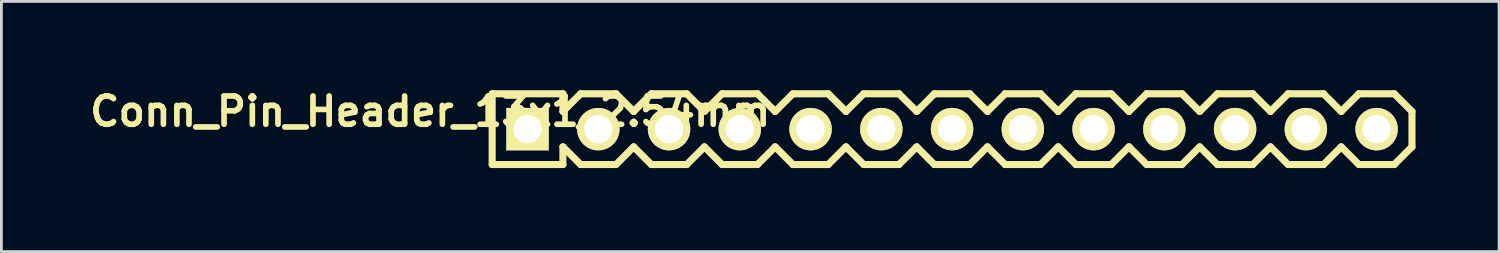
<source format=kicad_pcb>
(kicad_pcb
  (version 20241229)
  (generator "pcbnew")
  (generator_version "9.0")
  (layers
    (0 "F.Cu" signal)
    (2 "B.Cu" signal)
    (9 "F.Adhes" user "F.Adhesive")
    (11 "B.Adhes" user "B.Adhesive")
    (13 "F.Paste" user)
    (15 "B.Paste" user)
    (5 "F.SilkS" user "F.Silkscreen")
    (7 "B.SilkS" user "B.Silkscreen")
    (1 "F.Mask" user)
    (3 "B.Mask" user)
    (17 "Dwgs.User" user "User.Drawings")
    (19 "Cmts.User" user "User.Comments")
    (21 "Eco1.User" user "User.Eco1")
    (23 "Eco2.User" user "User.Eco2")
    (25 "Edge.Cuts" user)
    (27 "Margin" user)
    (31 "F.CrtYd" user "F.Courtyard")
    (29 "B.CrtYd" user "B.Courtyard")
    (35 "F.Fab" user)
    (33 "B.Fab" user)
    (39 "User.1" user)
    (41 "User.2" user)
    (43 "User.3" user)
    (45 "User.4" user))
  (footprint "Conn_Pin_Header_13x1_2.54mm"
    (layer "F.Cu")
    (at 31.128 1.586)
    (property "Reference" "Conn_Pin_Header_13x1_2.54mm" (at -18.733 -0.635 0) (layer "F.SilkS") (effects (font (size 1.016 1.016) (thickness 0.203))))
    (attr through_hole)
    (fp_line (start -16.51 -1.27) (end -13.97 -1.27) (stroke (width 0.254) (type solid)) (layer "F.SilkS"))
    (fp_line (start -16.51 1.27) (end -16.51 -1.27) (stroke (width 0.254) (type solid)) (layer "F.SilkS"))
    (fp_line (start -13.97 -0.635) (end -13.97 -1.27) (stroke (width 0.254) (type solid)) (layer "F.SilkS"))
    (fp_line (start -13.97 -0.635) (end -13.335 -1.27) (stroke (width 0.254) (type solid)) (layer "F.SilkS"))
    (fp_line (start -13.97 1.27) (end -16.51 1.27) (stroke (width 0.254) (type solid)) (layer "F.SilkS"))
    (fp_line (start -13.97 1.27) (end -13.97 0.635) (stroke (width 0.254) (type solid)) (layer "F.SilkS"))
    (fp_line (start -13.335 -1.27) (end -12.065 -1.27) (stroke (width 0.254) (type solid)) (layer "F.SilkS"))
    (fp_line (start -13.335 1.27) (end -13.97 0.635) (stroke (width 0.254) (type solid)) (layer "F.SilkS"))
    (fp_line (start -12.065 -1.27) (end -11.43 -0.635) (stroke (width 0.254) (type solid)) (layer "F.SilkS"))
    (fp_line (start -12.065 1.27) (end -13.335 1.27) (stroke (width 0.254) (type solid)) (layer "F.SilkS"))
    (fp_line (start -11.43 -0.635) (end -10.795 -1.27) (stroke (width 0.254) (type solid)) (layer "F.SilkS"))
    (fp_line (start -11.43 0.635) (end -12.065 1.27) (stroke (width 0.254) (type solid)) (layer "F.SilkS"))
    (fp_line (start -10.795 -1.27) (end -9.525 -1.27) (stroke (width 0.254) (type solid)) (layer "F.SilkS"))
    (fp_line (start -10.795 1.27) (end -11.43 0.635) (stroke (width 0.254) (type solid)) (layer "F.SilkS"))
    (fp_line (start -9.525 -1.27) (end -8.89 -0.635) (stroke (width 0.254) (type solid)) (layer "F.SilkS"))
    (fp_line (start -9.525 1.27) (end -10.795 1.27) (stroke (width 0.254) (type solid)) (layer "F.SilkS"))
    (fp_line (start -8.89 -0.635) (end -8.255 -1.27) (stroke (width 0.254) (type solid)) (layer "F.SilkS"))
    (fp_line (start -8.89 0.635) (end -9.525 1.27) (stroke (width 0.254) (type solid)) (layer "F.SilkS"))
    (fp_line (start -8.255 -1.27) (end -6.985 -1.27) (stroke (width 0.254) (type solid)) (layer "F.SilkS"))
    (fp_line (start -8.255 1.27) (end -8.89 0.635) (stroke (width 0.254) (type solid)) (layer "F.SilkS"))
    (fp_line (start -6.985 -1.27) (end -6.35 -0.635) (stroke (width 0.254) (type solid)) (layer "F.SilkS"))
    (fp_line (start -6.985 1.27) (end -8.255 1.27) (stroke (width 0.254) (type solid)) (layer "F.SilkS"))
    (fp_line (start -6.35 -0.635) (end -5.715 -1.27) (stroke (width 0.254) (type solid)) (layer "F.SilkS"))
    (fp_line (start -6.35 0.635) (end -6.985 1.27) (stroke (width 0.254) (type solid)) (layer "F.SilkS"))
    (fp_line (start -5.715 -1.27) (end -4.445 -1.27) (stroke (width 0.254) (type solid)) (layer "F.SilkS"))
    (fp_line (start -5.715 1.27) (end -6.35 0.635) (stroke (width 0.254) (type solid)) (layer "F.SilkS"))
    (fp_line (start -4.445 -1.27) (end -3.81 -0.635) (stroke (width 0.254) (type solid)) (layer "F.SilkS"))
    (fp_line (start -4.445 1.27) (end -5.715 1.27) (stroke (width 0.254) (type solid)) (layer "F.SilkS"))
    (fp_line (start -3.81 -0.635) (end -3.175 -1.27) (stroke (width 0.254) (type solid)) (layer "F.SilkS"))
    (fp_line (start -3.81 0.635) (end -4.445 1.27) (stroke (width 0.254) (type solid)) (layer "F.SilkS"))
    (fp_line (start -3.81 0.635) (end -3.175 1.27) (stroke (width 0.254) (type solid)) (layer "F.SilkS"))
    (fp_line (start -3.175 -1.27) (end -1.905 -1.27) (stroke (width 0.254) (type solid)) (layer "F.SilkS"))
    (fp_line (start -3.175 1.27) (end -1.905 1.27) (stroke (width 0.254) (type solid)) (layer "F.SilkS"))
    (fp_line (start -1.905 -1.27) (end -1.27 -0.635) (stroke (width 0.254) (type solid)) (layer "F.SilkS"))
    (fp_line (start -1.905 1.27) (end -1.27 0.635) (stroke (width 0.254) (type solid)) (layer "F.SilkS"))
    (fp_line (start -1.27 -0.635) (end -0.635 -1.27) (stroke (width 0.254) (type solid)) (layer "F.SilkS"))
    (fp_line (start -0.635 -1.27) (end 0.635 -1.27) (stroke (width 0.254) (type solid)) (layer "F.SilkS"))
    (fp_line (start -0.635 1.27) (end -1.27 0.635) (stroke (width 0.254) (type solid)) (layer "F.SilkS"))
    (fp_line (start 0.635 -1.27) (end 1.27 -0.635) (stroke (width 0.254) (type solid)) (layer "F.SilkS"))
    (fp_line (start 0.635 1.27) (end -0.635 1.27) (stroke (width 0.254) (type solid)) (layer "F.SilkS"))
    (fp_line (start 1.27 -0.635) (end 1.905 -1.27) (stroke (width 0.254) (type solid)) (layer "F.SilkS"))
    (fp_line (start 1.27 0.635) (end 0.635 1.27) (stroke (width 0.254) (type solid)) (layer "F.SilkS"))
    (fp_line (start 1.27 0.635) (end 1.905 1.27) (stroke (width 0.254) (type solid)) (layer "F.SilkS"))
    (fp_line (start 1.905 -1.27) (end 3.175 -1.27) (stroke (width 0.254) (type solid)) (layer "F.SilkS"))
    (fp_line (start 1.905 1.27) (end 3.175 1.27) (stroke (width 0.254) (type solid)) (layer "F.SilkS"))
    (fp_line (start 3.175 -1.27) (end 3.81 -0.635) (stroke (width 0.254) (type solid)) (layer "F.SilkS"))
    (fp_line (start 3.175 1.27) (end 3.81 0.635) (stroke (width 0.254) (type solid)) (layer "F.SilkS"))
    (fp_line (start 3.81 -0.635) (end 4.445 -1.27) (stroke (width 0.254) (type solid)) (layer "F.SilkS"))
    (fp_line (start 4.445 -1.27) (end 5.715 -1.27) (stroke (width 0.254) (type solid)) (layer "F.SilkS"))
    (fp_line (start 4.445 1.27) (end 3.81 0.635) (stroke (width 0.254) (type solid)) (layer "F.SilkS"))
    (fp_line (start 5.715 -1.27) (end 6.35 -0.635) (stroke (width 0.254) (type solid)) (layer "F.SilkS"))
    (fp_line (start 5.715 1.27) (end 4.445 1.27) (stroke (width 0.254) (type solid)) (layer "F.SilkS"))
    (fp_line (start 6.35 -0.635) (end 6.985 -1.27) (stroke (width 0.254) (type solid)) (layer "F.SilkS"))
    (fp_line (start 6.35 0.635) (end 5.715 1.27) (stroke (width 0.254) (type solid)) (layer "F.SilkS"))
    (fp_line (start 6.35 0.635) (end 6.985 1.27) (stroke (width 0.254) (type solid)) (layer "F.SilkS"))
    (fp_line (start 6.985 -1.27) (end 8.255 -1.27) (stroke (width 0.254) (type solid)) (layer "F.SilkS"))
    (fp_line (start 6.985 1.27) (end 8.255 1.27) (stroke (width 0.254) (type solid)) (layer "F.SilkS"))
    (fp_line (start 8.255 -1.27) (end 8.89 -0.635) (stroke (width 0.254) (type solid)) (layer "F.SilkS"))
    (fp_line (start 8.255 1.27) (end 8.89 0.635) (stroke (width 0.254) (type solid)) (layer "F.SilkS"))
    (fp_line (start 8.89 -0.635) (end 9.525 -1.27) (stroke (width 0.254) (type solid)) (layer "F.SilkS"))
    (fp_line (start 8.89 0.635) (end 9.525 1.27) (stroke (width 0.254) (type solid)) (layer "F.SilkS"))
    (fp_line (start 9.525 -1.27) (end 10.795 -1.27) (stroke (width 0.254) (type solid)) (layer "F.SilkS"))
    (fp_line (start 9.525 1.27) (end 10.795 1.27) (stroke (width 0.254) (type solid)) (layer "F.SilkS"))
    (fp_line (start 10.795 -1.27) (end 11.43 -0.635) (stroke (width 0.254) (type solid)) (layer "F.SilkS"))
    (fp_line (start 10.795 1.27) (end 11.43 0.635) (stroke (width 0.254) (type solid)) (layer "F.SilkS"))
    (fp_line (start 11.43 -0.635) (end 12.065 -1.27) (stroke (width 0.254) (type solid)) (layer "F.SilkS"))
    (fp_line (start 11.43 0.635) (end 12.065 1.27) (stroke (width 0.254) (type solid)) (layer "F.SilkS"))
    (fp_line (start 12.065 -1.27) (end 13.335 -1.27) (stroke (width 0.254) (type solid)) (layer "F.SilkS"))
    (fp_line (start 12.065 1.27) (end 13.335 1.27) (stroke (width 0.254) (type solid)) (layer "F.SilkS"))
    (fp_line (start 13.335 -1.27) (end 13.97 -0.635) (stroke (width 0.254) (type solid)) (layer "F.SilkS"))
    (fp_line (start 13.335 1.27) (end 13.97 0.635) (stroke (width 0.254) (type solid)) (layer "F.SilkS"))
    (fp_line (start 13.97 -0.635) (end 14.605 -1.27) (stroke (width 0.254) (type solid)) (layer "F.SilkS"))
    (fp_line (start 13.97 0.635) (end 14.605 1.27) (stroke (width 0.254) (type solid)) (layer "F.SilkS"))
    (fp_line (start 14.605 -1.27) (end 15.875 -1.27) (stroke (width 0.254) (type solid)) (layer "F.SilkS"))
    (fp_line (start 14.605 1.27) (end 15.875 1.27) (stroke (width 0.254) (type solid)) (layer "F.SilkS"))
    (fp_line (start 15.875 -1.27) (end 16.51 -0.635) (stroke (width 0.254) (type solid)) (layer "F.SilkS"))
    (fp_line (start 15.875 1.27) (end 16.51 0.635) (stroke (width 0.254) (type solid)) (layer "F.SilkS"))
    (fp_line (start 16.51 -0.635) (end 16.51 0.635) (stroke (width 0.254) (type solid)) (layer "F.SilkS"))
    (pad "1" thru_hole rect (at -15.24 0) (size 1.524 1.524) (drill 1.016) (layers "*.Cu" "*.Mask" "F.SilkS"))
    (pad "2" thru_hole circle (at -12.7 0) (size 1.524 1.524) (drill 1.016) (layers "*.Cu" "*.Mask" "F.SilkS"))
    (pad "3" thru_hole circle (at -10.16 0) (size 1.524 1.524) (drill 1.016) (layers "*.Cu" "*.Mask" "F.SilkS"))
    (pad "4" thru_hole circle (at -7.62 0) (size 1.524 1.524) (drill 1.016) (layers "*.Cu" "*.Mask" "F.SilkS"))
    (pad "5" thru_hole circle (at -5.08 0) (size 1.524 1.524) (drill 1.016) (layers "*.Cu" "*.Mask" "F.SilkS"))
    (pad "6" thru_hole circle (at -2.54 0) (size 1.524 1.524) (drill 1.016) (layers "*.Cu" "*.Mask" "F.SilkS"))
    (pad "7" thru_hole circle (at 0 0) (size 1.524 1.524) (drill 1.016) (layers "*.Cu" "*.Mask" "F.SilkS"))
    (pad "8" thru_hole circle (at 2.54 0) (size 1.524 1.524) (drill 1.016) (layers "*.Cu" "*.Mask" "F.SilkS"))
    (pad "9" thru_hole circle (at 5.08 0) (size 1.524 1.524) (drill 1.016) (layers "*.Cu" "*.Mask" "F.SilkS"))
    (pad "10" thru_hole circle (at 7.62 0) (size 1.524 1.524) (drill 1.016) (layers "*.Cu" "*.Mask" "F.SilkS"))
    (pad "11" thru_hole circle (at 10.16 0) (size 1.524 1.524) (drill 1.016) (layers "*.Cu" "*.Mask" "F.SilkS"))
    (pad "12" thru_hole circle (at 12.7 0) (size 1.524 1.524) (drill 1.016) (layers "*.Cu" "*.Mask" "F.SilkS"))
    (pad "13" thru_hole circle (at 15.24 0) (size 1.524 1.524) (drill 1.016) (layers "*.Cu" "*.Mask" "F.SilkS")))
  (gr_rect
    (start -3 -3)
    (end 50.765 5.983)
    (stroke (width 0.1) (type default))
    (fill no)
    (layer "Edge.Cuts")))
</source>
